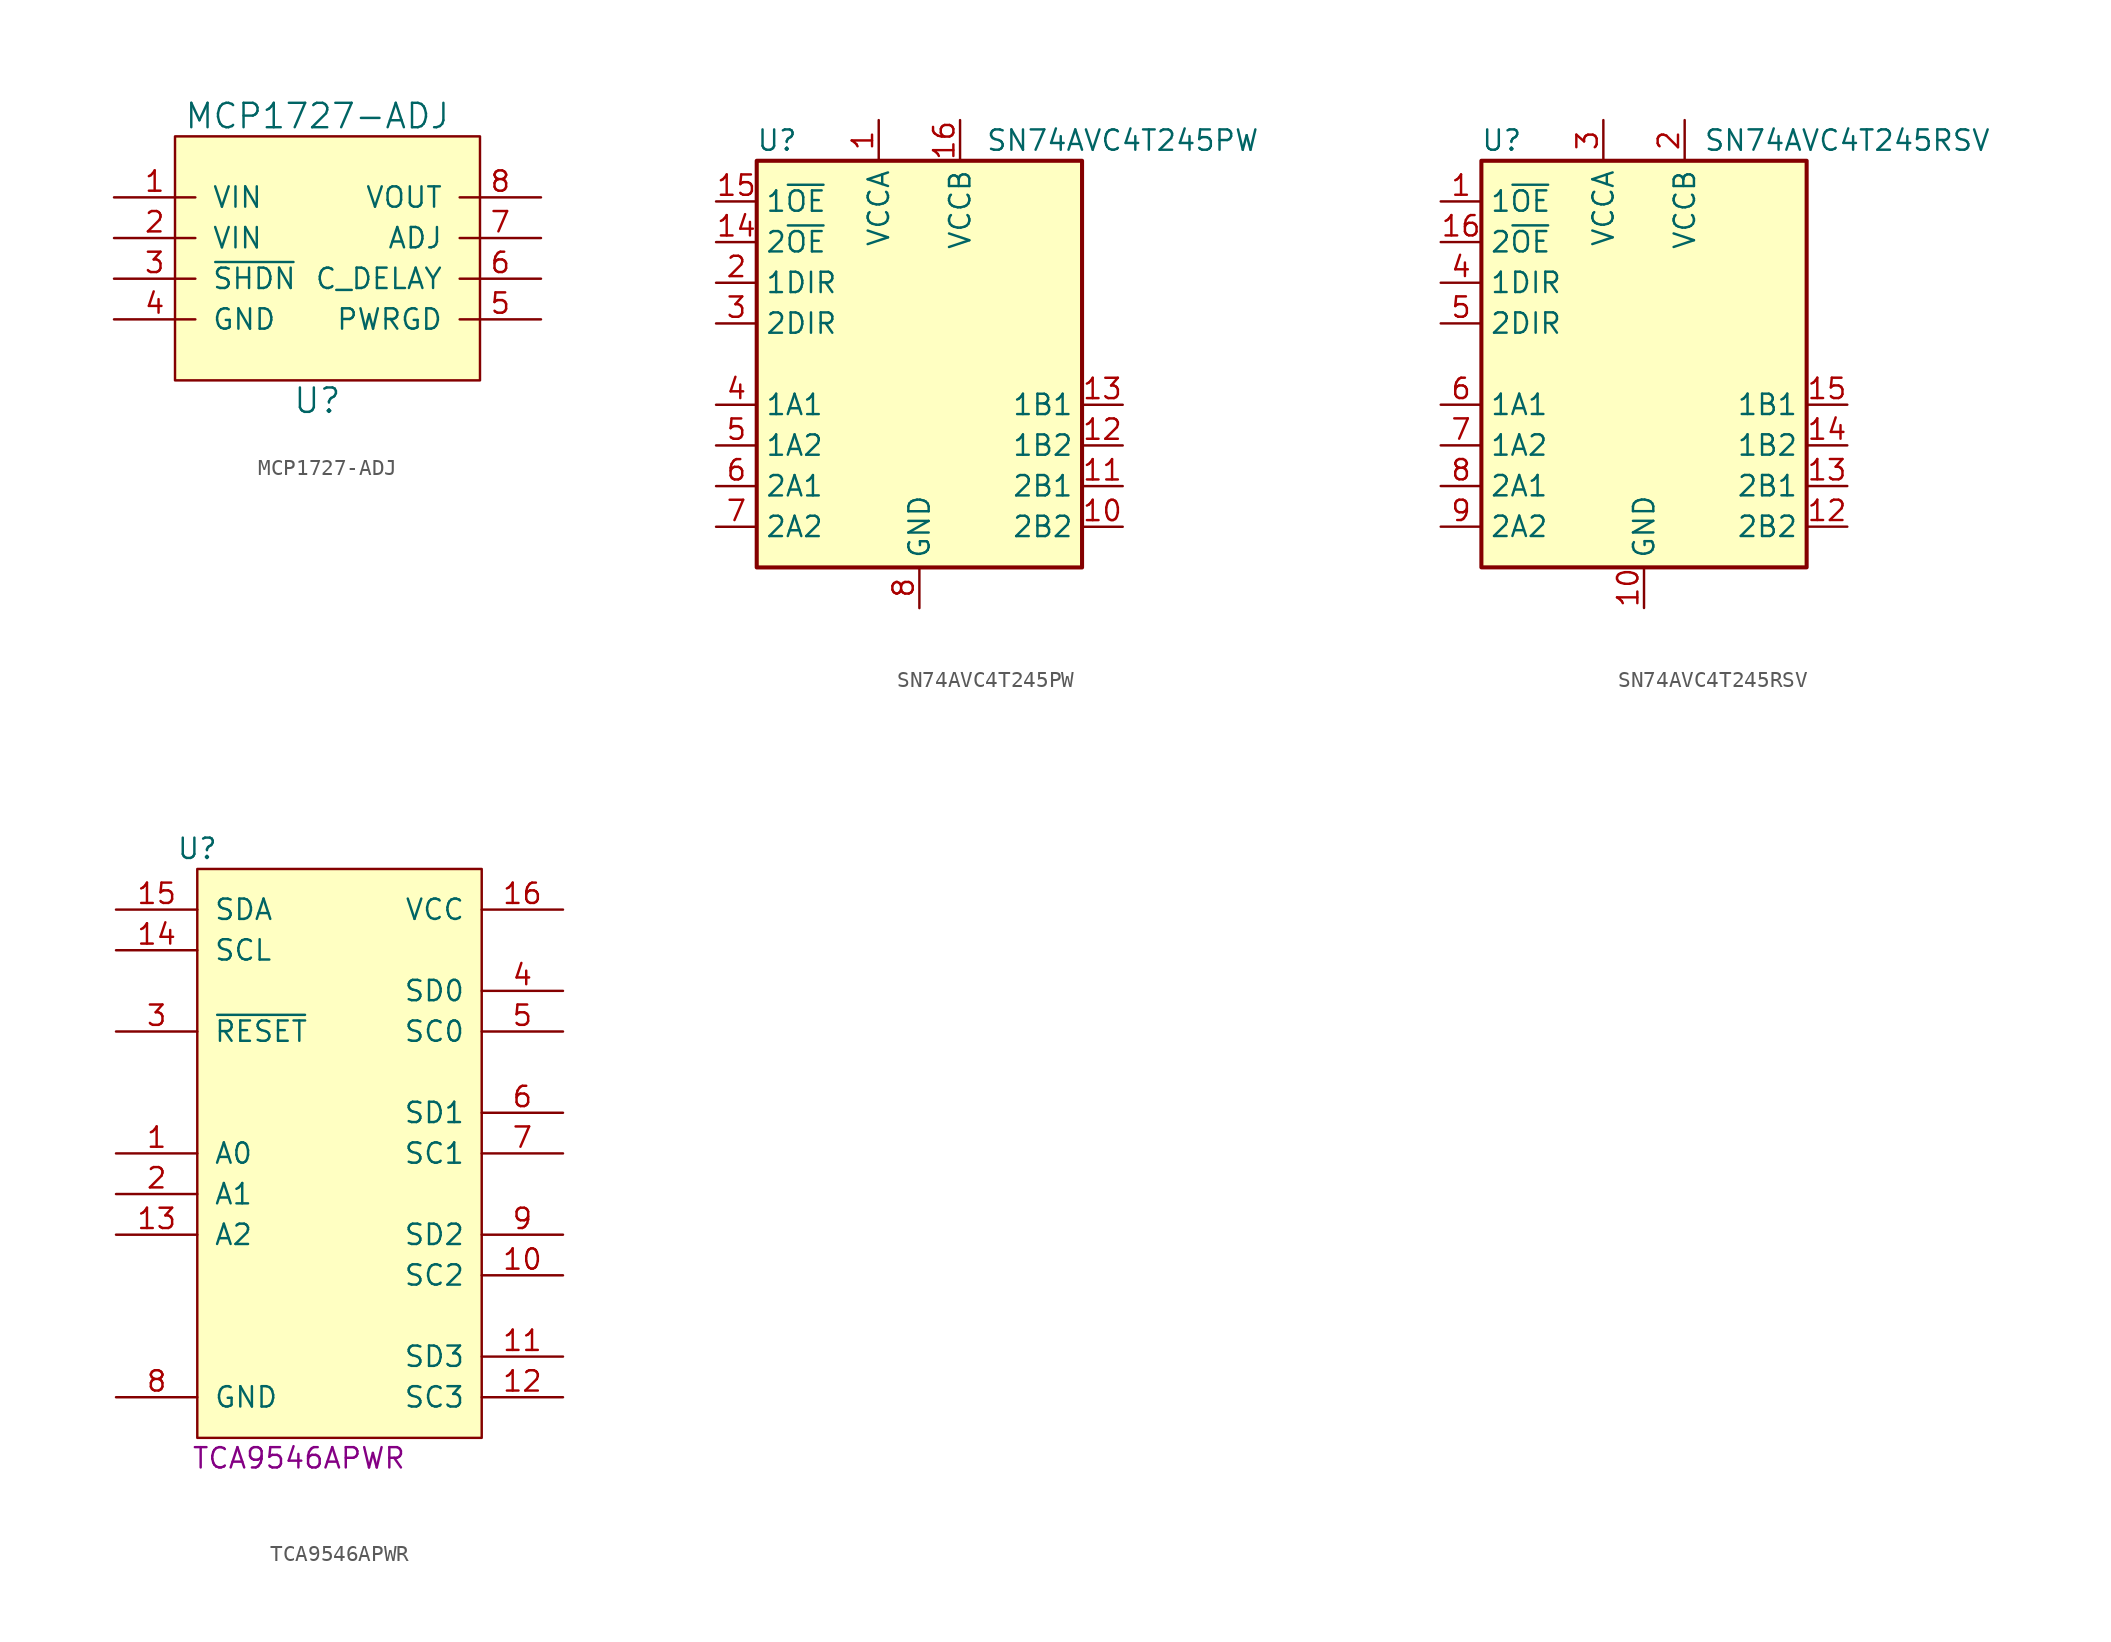
<source format=kicad_sym>
(kicad_symbol_lib
  (version 20201005)
  (generator kicad_symbol_editor)
  (symbol "ic:MCP1727-ADJ"
    (pin_names
      (offset 1.016))
    (property "Reference" "U"
      (at 0 -8.89 0)
      (effects (font (size 1.524 1.524))))
    (property "Value" "MCP1727-ADJ"
      (at 0 8.89 0)
      (effects (font (size 1.524 1.524))))
    (symbol "MCP1727-ADJ_0_1"
      (rectangle (start -8.89 7.62) (end 10.16 -7.62) (stroke (width 0)) (fill (type background))))
    (symbol "MCP1727-ADJ_1_1"
      (pin power_in line (at -12.7 3.81 0) (length 5.08) (name "VIN" (effects (font (size 1.27 1.27)))) (number "1" (effects (font (size 1.27 1.27)))))
      (pin power_in line (at -12.7 1.27 0) (length 5.08) (name "VIN" (effects (font (size 1.27 1.27)))) (number "2" (effects (font (size 1.27 1.27)))))
      (pin input line (at -12.7 -1.27 0) (length 5.08) (name "~SHDN" (effects (font (size 1.27 1.27)))) (number "3" (effects (font (size 1.27 1.27)))))
      (pin power_in line (at -12.7 -3.81 0) (length 5.08) (name "GND" (effects (font (size 1.27 1.27)))) (number "4" (effects (font (size 1.27 1.27)))))
      (pin output line (at 13.97 -3.81 180) (length 5.08) (name "PWRGD" (effects (font (size 1.27 1.27)))) (number "5" (effects (font (size 1.27 1.27)))))
      (pin input line (at 13.97 -1.27 180) (length 5.08) (name "C_DELAY" (effects (font (size 1.27 1.27)))) (number "6" (effects (font (size 1.27 1.27)))))
      (pin input line (at 13.97 1.27 180) (length 5.08) (name "ADJ" (effects (font (size 1.27 1.27)))) (number "7" (effects (font (size 1.27 1.27)))))
      (pin power_out line (at 13.97 3.81 180) (length 5.08) (name "VOUT" (effects (font (size 1.27 1.27)))) (number "8" (effects (font (size 1.27 1.27)))))))
  (symbol "ic:SN74AVC4T245PW"
    (property "Reference" "U"
      (at -8.89 13.97 0)
      (effects (font (size 1.27 1.27))))
    (property "Value" "SN74AVC4T245PW"
      (at 12.7 13.97 0)
      (effects (font (size 1.27 1.27))))
    (symbol "SN74AVC4T245PW_0_1"
      (rectangle (start -10.16 12.7) (end 10.16 -12.7) (stroke (width 0.254)) (fill (type background))))
    (symbol "SN74AVC4T245PW_1_1"
      (pin power_in line (at -2.54 15.24 270) (length 2.54) (name "VCCA" (effects (font (size 1.27 1.27)))) (number "1" (effects (font (size 1.27 1.27)))))
      (pin bidirectional line (at 12.7 -10.16 180) (length 2.54) (name "2B2" (effects (font (size 1.27 1.27)))) (number "10" (effects (font (size 1.27 1.27)))))
      (pin bidirectional line (at 12.7 -7.62 180) (length 2.54) (name "2B1" (effects (font (size 1.27 1.27)))) (number "11" (effects (font (size 1.27 1.27)))))
      (pin bidirectional line (at 12.7 -5.08 180) (length 2.54) (name "1B2" (effects (font (size 1.27 1.27)))) (number "12" (effects (font (size 1.27 1.27)))))
      (pin bidirectional line (at 12.7 -2.54 180) (length 2.54) (name "1B1" (effects (font (size 1.27 1.27)))) (number "13" (effects (font (size 1.27 1.27)))))
      (pin input line (at -12.7 7.62 0) (length 2.54) (name "2~OE" (effects (font (size 1.27 1.27)))) (number "14" (effects (font (size 1.27 1.27)))))
      (pin input line (at -12.7 10.16 0) (length 2.54) (name "1~OE" (effects (font (size 1.27 1.27)))) (number "15" (effects (font (size 1.27 1.27)))))
      (pin power_in line (at 2.54 15.24 270) (length 2.54) (name "VCCB" (effects (font (size 1.27 1.27)))) (number "16" (effects (font (size 1.27 1.27)))))
      (pin input line (at -12.7 5.08 0) (length 2.54) (name "1DIR" (effects (font (size 1.27 1.27)))) (number "2" (effects (font (size 1.27 1.27)))))
      (pin input line (at -12.7 2.54 0) (length 2.54) (name "2DIR" (effects (font (size 1.27 1.27)))) (number "3" (effects (font (size 1.27 1.27)))))
      (pin bidirectional line (at -12.7 -2.54 0) (length 2.54) (name "1A1" (effects (font (size 1.27 1.27)))) (number "4" (effects (font (size 1.27 1.27)))))
      (pin bidirectional line (at -12.7 -5.08 0) (length 2.54) (name "1A2" (effects (font (size 1.27 1.27)))) (number "5" (effects (font (size 1.27 1.27)))))
      (pin bidirectional line (at -12.7 -7.62 0) (length 2.54) (name "2A1" (effects (font (size 1.27 1.27)))) (number "6" (effects (font (size 1.27 1.27)))))
      (pin bidirectional line (at -12.7 -10.16 0) (length 2.54) (name "2A2" (effects (font (size 1.27 1.27)))) (number "7" (effects (font (size 1.27 1.27)))))
      (pin power_in line (at 0 -15.24 90) (length 2.54) (name "GND" (effects (font (size 1.27 1.27)))) (number "8" (effects (font (size 1.27 1.27)))))
      (pin passive line (at 0 -15.24 90) (length 2.54) hide (name "GND" (effects (font (size 1.27 1.27)))) (number "9" (effects (font (size 1.27 1.27)))))))
  (symbol "ic:SN74AVC4T245RSV"
    (property "Reference" "U"
      (at -8.89 13.97 0)
      (effects (font (size 1.27 1.27))))
    (property "Value" "SN74AVC4T245RSV"
      (at 12.7 13.97 0)
      (effects (font (size 1.27 1.27))))
    (symbol "SN74AVC4T245RSV_0_1"
      (rectangle (start -10.16 12.7) (end 10.16 -12.7) (stroke (width 0.254)) (fill (type background))))
    (symbol "SN74AVC4T245RSV_1_1"
      (pin power_in line (at -2.54 15.24 270) (length 2.54) (name "VCCA" (effects (font (size 1.27 1.27)))) (number "3" (effects (font (size 1.27 1.27)))))
      (pin bidirectional line (at 12.7 -10.16 180) (length 2.54) (name "2B2" (effects (font (size 1.27 1.27)))) (number "12" (effects (font (size 1.27 1.27)))))
      (pin bidirectional line (at 12.7 -7.62 180) (length 2.54) (name "2B1" (effects (font (size 1.27 1.27)))) (number "13" (effects (font (size 1.27 1.27)))))
      (pin bidirectional line (at 12.7 -5.08 180) (length 2.54) (name "1B2" (effects (font (size 1.27 1.27)))) (number "14" (effects (font (size 1.27 1.27)))))
      (pin bidirectional line (at 12.7 -2.54 180) (length 2.54) (name "1B1" (effects (font (size 1.27 1.27)))) (number "15" (effects (font (size 1.27 1.27)))))
      (pin input line (at -12.7 7.62 0) (length 2.54) (name "2~OE" (effects (font (size 1.27 1.27)))) (number "16" (effects (font (size 1.27 1.27)))))
      (pin input line (at -12.7 10.16 0) (length 2.54) (name "1~OE" (effects (font (size 1.27 1.27)))) (number "1" (effects (font (size 1.27 1.27)))))
      (pin power_in line (at 2.54 15.24 270) (length 2.54) (name "VCCB" (effects (font (size 1.27 1.27)))) (number "2" (effects (font (size 1.27 1.27)))))
      (pin input line (at -12.7 5.08 0) (length 2.54) (name "1DIR" (effects (font (size 1.27 1.27)))) (number "4" (effects (font (size 1.27 1.27)))))
      (pin input line (at -12.7 2.54 0) (length 2.54) (name "2DIR" (effects (font (size 1.27 1.27)))) (number "5" (effects (font (size 1.27 1.27)))))
      (pin bidirectional line (at -12.7 -2.54 0) (length 2.54) (name "1A1" (effects (font (size 1.27 1.27)))) (number "6" (effects (font (size 1.27 1.27)))))
      (pin bidirectional line (at -12.7 -5.08 0) (length 2.54) (name "1A2" (effects (font (size 1.27 1.27)))) (number "7" (effects (font (size 1.27 1.27)))))
      (pin bidirectional line (at -12.7 -7.62 0) (length 2.54) (name "2A1" (effects (font (size 1.27 1.27)))) (number "8" (effects (font (size 1.27 1.27)))))
      (pin bidirectional line (at -12.7 -10.16 0) (length 2.54) (name "2A2" (effects (font (size 1.27 1.27)))) (number "9" (effects (font (size 1.27 1.27)))))
      (pin power_in line (at 0 -15.24 90) (length 2.54) (name "GND" (effects (font (size 1.27 1.27)))) (number "10" (effects (font (size 1.27 1.27)))))
      (pin passive line (at 0 -15.24 90) (length 2.54) hide (name "GND" (effects (font (size 1.27 1.27)))) (number "11" (effects (font (size 1.27 1.27)))))))
  (symbol "ic:TCA9546APWR"
    (pin_names
      (offset 1.016))
    (property "Reference" "U"
      (at 0 1.27 0)
      (effects (font (size 1.27 1.27))))
    (property "_Value_" "TCA9546APWR"
      (at 6.35 -36.83 0)
      (effects (font (size 1.27 1.27))))
    (symbol "TCA9546APWR_0_1"
      (rectangle (start 0 0) (end 17.78 -35.56) (stroke (width 0)) (fill (type background))))
    (symbol "TCA9546APWR_1_1"
      (pin input line (at -5.08 -17.78 0) (length 5.08) (name "A0" (effects (font (size 1.27 1.27)))) (number "1" (effects (font (size 1.27 1.27)))))
      (pin output line (at 22.86 -25.4 180) (length 5.08) (name "SC2" (effects (font (size 1.27 1.27)))) (number "10" (effects (font (size 1.27 1.27)))))
      (pin bidirectional line (at 22.86 -30.48 180) (length 5.08) (name "SD3" (effects (font (size 1.27 1.27)))) (number "11" (effects (font (size 1.27 1.27)))))
      (pin output line (at 22.86 -33.02 180) (length 5.08) (name "SC3" (effects (font (size 1.27 1.27)))) (number "12" (effects (font (size 1.27 1.27)))))
      (pin input line (at -5.08 -22.86 0) (length 5.08) (name "A2" (effects (font (size 1.27 1.27)))) (number "13" (effects (font (size 1.27 1.27)))))
      (pin input line (at -5.08 -5.08 0) (length 5.08) (name "SCL" (effects (font (size 1.27 1.27)))) (number "14" (effects (font (size 1.27 1.27)))))
      (pin bidirectional line (at -5.08 -2.54 0) (length 5.08) (name "SDA" (effects (font (size 1.27 1.27)))) (number "15" (effects (font (size 1.27 1.27)))))
      (pin power_in line (at 22.86 -2.54 180) (length 5.08) (name "VCC" (effects (font (size 1.27 1.27)))) (number "16" (effects (font (size 1.27 1.27)))))
      (pin input line (at -5.08 -20.32 0) (length 5.08) (name "A1" (effects (font (size 1.27 1.27)))) (number "2" (effects (font (size 1.27 1.27)))))
      (pin input line (at -5.08 -10.16 0) (length 5.08) (name "~RESET" (effects (font (size 1.27 1.27)))) (number "3" (effects (font (size 1.27 1.27)))))
      (pin bidirectional line (at 22.86 -7.62 180) (length 5.08) (name "SD0" (effects (font (size 1.27 1.27)))) (number "4" (effects (font (size 1.27 1.27)))))
      (pin output line (at 22.86 -10.16 180) (length 5.08) (name "SC0" (effects (font (size 1.27 1.27)))) (number "5" (effects (font (size 1.27 1.27)))))
      (pin bidirectional line (at 22.86 -15.24 180) (length 5.08) (name "SD1" (effects (font (size 1.27 1.27)))) (number "6" (effects (font (size 1.27 1.27)))))
      (pin output line (at 22.86 -17.78 180) (length 5.08) (name "SC1" (effects (font (size 1.27 1.27)))) (number "7" (effects (font (size 1.27 1.27)))))
      (pin passive line (at -5.08 -33.02 0) (length 5.08) (name "GND" (effects (font (size 1.27 1.27)))) (number "8" (effects (font (size 1.27 1.27)))))
      (pin bidirectional line (at 22.86 -22.86 180) (length 5.08) (name "SD2" (effects (font (size 1.27 1.27)))) (number "9" (effects (font (size 1.27 1.27))))))))
</source>
